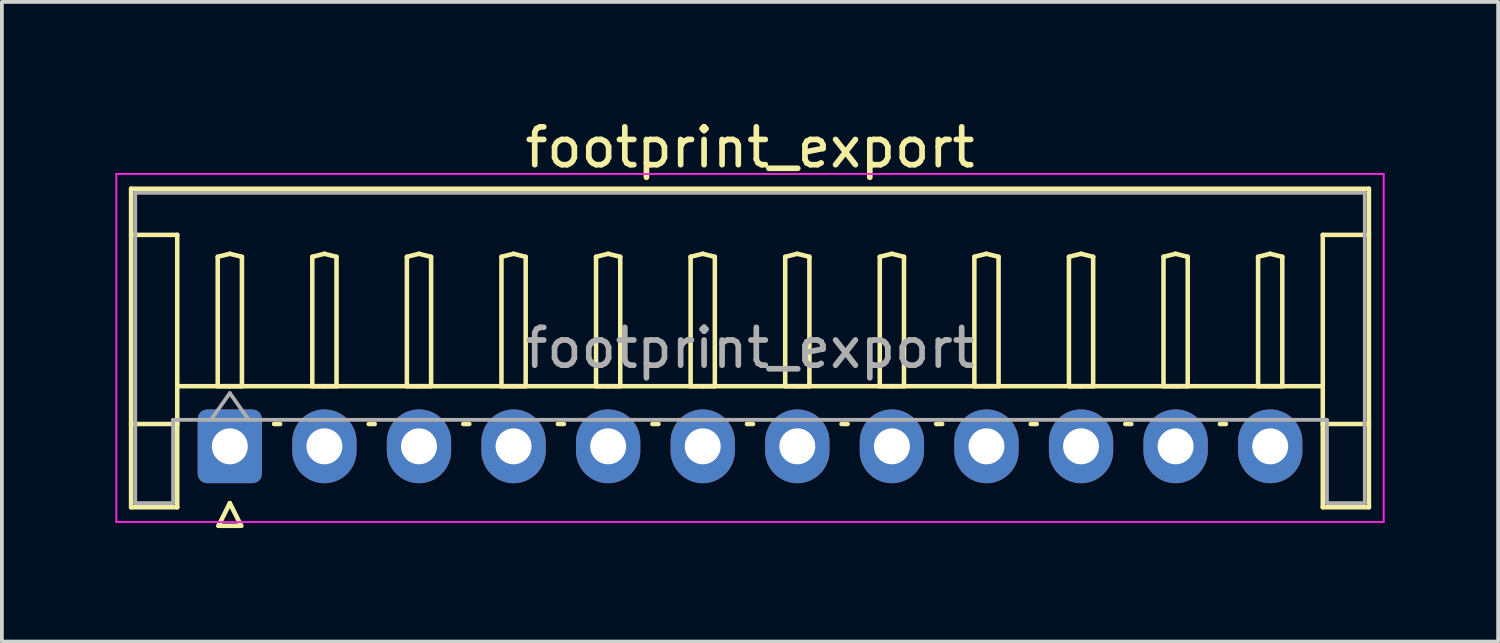
<source format=kicad_pcb>
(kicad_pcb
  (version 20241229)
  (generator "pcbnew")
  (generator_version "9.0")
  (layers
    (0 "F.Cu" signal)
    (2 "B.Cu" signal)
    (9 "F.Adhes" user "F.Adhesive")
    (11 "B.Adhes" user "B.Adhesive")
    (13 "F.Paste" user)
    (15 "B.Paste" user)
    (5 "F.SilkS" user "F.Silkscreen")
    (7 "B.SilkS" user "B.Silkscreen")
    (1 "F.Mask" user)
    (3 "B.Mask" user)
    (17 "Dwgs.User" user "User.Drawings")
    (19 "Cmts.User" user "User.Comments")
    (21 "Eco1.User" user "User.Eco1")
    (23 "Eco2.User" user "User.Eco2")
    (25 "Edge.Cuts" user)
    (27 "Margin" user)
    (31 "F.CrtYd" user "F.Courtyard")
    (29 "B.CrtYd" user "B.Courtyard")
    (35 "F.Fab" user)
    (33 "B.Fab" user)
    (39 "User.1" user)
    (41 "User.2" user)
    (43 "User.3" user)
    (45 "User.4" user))
  (footprint "footprint_export"
    (layer "F.Cu")
    (at 3.025 8.748)
    (property "Reference" "footprint_export" (at 13.75 -7.9 0) (layer "F.SilkS") (effects (font (size 1 1) (thickness 0.15))))
    (attr through_hole)
    (fp_line (start -2.61 -6.81) (end 30.11 -6.81) (stroke (width 0.12) (type solid)) (layer "F.SilkS"))
    (fp_line (start -2.61 -5.59) (end -1.39 -5.59) (stroke (width 0.12) (type solid)) (layer "F.SilkS"))
    (fp_line (start -2.61 1.61) (end -2.61 -6.81) (stroke (width 0.12) (type solid)) (layer "F.SilkS"))
    (fp_line (start -1.39 -5.59) (end -1.39 -0.59) (stroke (width 0.12) (type solid)) (layer "F.SilkS"))
    (fp_line (start -1.39 -1.59) (end 28.89 -1.59) (stroke (width 0.12) (type solid)) (layer "F.SilkS"))
    (fp_line (start -1.39 -0.59) (end -2.61 -0.59) (stroke (width 0.12) (type solid)) (layer "F.SilkS"))
    (fp_line (start -1.39 -0.59) (end -1.39 1.61) (stroke (width 0.12) (type solid)) (layer "F.SilkS"))
    (fp_line (start -1.39 1.61) (end -2.61 1.61) (stroke (width 0.12) (type solid)) (layer "F.SilkS"))
    (fp_line (start -0.32 -5.01) (end 0 -5.09) (stroke (width 0.12) (type solid)) (layer "F.SilkS"))
    (fp_line (start -0.32 -1.59) (end -0.32 -5.01) (stroke (width 0.12) (type solid)) (layer "F.SilkS"))
    (fp_line (start -0.3 2.1) (end 0.3 2.1) (stroke (width 0.12) (type solid)) (layer "F.SilkS"))
    (fp_line (start 0 -5.09) (end 0.32 -5.01) (stroke (width 0.12) (type solid)) (layer "F.SilkS"))
    (fp_line (start 0 -1.59) (end -0.32 -1.59) (stroke (width 0.12) (type solid)) (layer "F.SilkS"))
    (fp_line (start 0 1.5) (end -0.3 2.1) (stroke (width 0.12) (type solid)) (layer "F.SilkS"))
    (fp_line (start 0.3 2.1) (end 0 1.5) (stroke (width 0.12) (type solid)) (layer "F.SilkS"))
    (fp_line (start 0.32 -5.01) (end 0.32 -1.59) (stroke (width 0.12) (type solid)) (layer "F.SilkS"))
    (fp_line (start 0.32 -1.59) (end 0 -1.59) (stroke (width 0.12) (type solid)) (layer "F.SilkS"))
    (fp_line (start 1.17 -0.59) (end 1.33 -0.59) (stroke (width 0.12) (type solid)) (layer "F.SilkS"))
    (fp_line (start 2.18 -5.01) (end 2.5 -5.09) (stroke (width 0.12) (type solid)) (layer "F.SilkS"))
    (fp_line (start 2.18 -1.59) (end 2.18 -5.01) (stroke (width 0.12) (type solid)) (layer "F.SilkS"))
    (fp_line (start 2.5 -5.09) (end 2.82 -5.01) (stroke (width 0.12) (type solid)) (layer "F.SilkS"))
    (fp_line (start 2.5 -1.59) (end 2.18 -1.59) (stroke (width 0.12) (type solid)) (layer "F.SilkS"))
    (fp_line (start 2.82 -5.01) (end 2.82 -1.59) (stroke (width 0.12) (type solid)) (layer "F.SilkS"))
    (fp_line (start 2.82 -1.59) (end 2.5 -1.59) (stroke (width 0.12) (type solid)) (layer "F.SilkS"))
    (fp_line (start 3.67 -0.59) (end 3.83 -0.59) (stroke (width 0.12) (type solid)) (layer "F.SilkS"))
    (fp_line (start 4.68 -5.01) (end 5 -5.09) (stroke (width 0.12) (type solid)) (layer "F.SilkS"))
    (fp_line (start 4.68 -1.59) (end 4.68 -5.01) (stroke (width 0.12) (type solid)) (layer "F.SilkS"))
    (fp_line (start 5 -5.09) (end 5.32 -5.01) (stroke (width 0.12) (type solid)) (layer "F.SilkS"))
    (fp_line (start 5 -1.59) (end 4.68 -1.59) (stroke (width 0.12) (type solid)) (layer "F.SilkS"))
    (fp_line (start 5.32 -5.01) (end 5.32 -1.59) (stroke (width 0.12) (type solid)) (layer "F.SilkS"))
    (fp_line (start 5.32 -1.59) (end 5 -1.59) (stroke (width 0.12) (type solid)) (layer "F.SilkS"))
    (fp_line (start 6.17 -0.59) (end 6.33 -0.59) (stroke (width 0.12) (type solid)) (layer "F.SilkS"))
    (fp_line (start 7.18 -5.01) (end 7.5 -5.09) (stroke (width 0.12) (type solid)) (layer "F.SilkS"))
    (fp_line (start 7.18 -1.59) (end 7.18 -5.01) (stroke (width 0.12) (type solid)) (layer "F.SilkS"))
    (fp_line (start 7.5 -5.09) (end 7.82 -5.01) (stroke (width 0.12) (type solid)) (layer "F.SilkS"))
    (fp_line (start 7.5 -1.59) (end 7.18 -1.59) (stroke (width 0.12) (type solid)) (layer "F.SilkS"))
    (fp_line (start 7.82 -5.01) (end 7.82 -1.59) (stroke (width 0.12) (type solid)) (layer "F.SilkS"))
    (fp_line (start 7.82 -1.59) (end 7.5 -1.59) (stroke (width 0.12) (type solid)) (layer "F.SilkS"))
    (fp_line (start 8.67 -0.59) (end 8.83 -0.59) (stroke (width 0.12) (type solid)) (layer "F.SilkS"))
    (fp_line (start 9.68 -5.01) (end 10 -5.09) (stroke (width 0.12) (type solid)) (layer "F.SilkS"))
    (fp_line (start 9.68 -1.59) (end 9.68 -5.01) (stroke (width 0.12) (type solid)) (layer "F.SilkS"))
    (fp_line (start 10 -5.09) (end 10.32 -5.01) (stroke (width 0.12) (type solid)) (layer "F.SilkS"))
    (fp_line (start 10 -1.59) (end 9.68 -1.59) (stroke (width 0.12) (type solid)) (layer "F.SilkS"))
    (fp_line (start 10.32 -5.01) (end 10.32 -1.59) (stroke (width 0.12) (type solid)) (layer "F.SilkS"))
    (fp_line (start 10.32 -1.59) (end 10 -1.59) (stroke (width 0.12) (type solid)) (layer "F.SilkS"))
    (fp_line (start 11.17 -0.59) (end 11.33 -0.59) (stroke (width 0.12) (type solid)) (layer "F.SilkS"))
    (fp_line (start 12.18 -5.01) (end 12.5 -5.09) (stroke (width 0.12) (type solid)) (layer "F.SilkS"))
    (fp_line (start 12.18 -1.59) (end 12.18 -5.01) (stroke (width 0.12) (type solid)) (layer "F.SilkS"))
    (fp_line (start 12.5 -5.09) (end 12.82 -5.01) (stroke (width 0.12) (type solid)) (layer "F.SilkS"))
    (fp_line (start 12.5 -1.59) (end 12.18 -1.59) (stroke (width 0.12) (type solid)) (layer "F.SilkS"))
    (fp_line (start 12.82 -5.01) (end 12.82 -1.59) (stroke (width 0.12) (type solid)) (layer "F.SilkS"))
    (fp_line (start 12.82 -1.59) (end 12.5 -1.59) (stroke (width 0.12) (type solid)) (layer "F.SilkS"))
    (fp_line (start 13.67 -0.59) (end 13.83 -0.59) (stroke (width 0.12) (type solid)) (layer "F.SilkS"))
    (fp_line (start 14.68 -5.01) (end 15 -5.09) (stroke (width 0.12) (type solid)) (layer "F.SilkS"))
    (fp_line (start 14.68 -1.59) (end 14.68 -5.01) (stroke (width 0.12) (type solid)) (layer "F.SilkS"))
    (fp_line (start 15 -5.09) (end 15.32 -5.01) (stroke (width 0.12) (type solid)) (layer "F.SilkS"))
    (fp_line (start 15 -1.59) (end 14.68 -1.59) (stroke (width 0.12) (type solid)) (layer "F.SilkS"))
    (fp_line (start 15.32 -5.01) (end 15.32 -1.59) (stroke (width 0.12) (type solid)) (layer "F.SilkS"))
    (fp_line (start 15.32 -1.59) (end 15 -1.59) (stroke (width 0.12) (type solid)) (layer "F.SilkS"))
    (fp_line (start 16.17 -0.59) (end 16.33 -0.59) (stroke (width 0.12) (type solid)) (layer "F.SilkS"))
    (fp_line (start 17.18 -5.01) (end 17.5 -5.09) (stroke (width 0.12) (type solid)) (layer "F.SilkS"))
    (fp_line (start 17.18 -1.59) (end 17.18 -5.01) (stroke (width 0.12) (type solid)) (layer "F.SilkS"))
    (fp_line (start 17.5 -5.09) (end 17.82 -5.01) (stroke (width 0.12) (type solid)) (layer "F.SilkS"))
    (fp_line (start 17.5 -1.59) (end 17.18 -1.59) (stroke (width 0.12) (type solid)) (layer "F.SilkS"))
    (fp_line (start 17.82 -5.01) (end 17.82 -1.59) (stroke (width 0.12) (type solid)) (layer "F.SilkS"))
    (fp_line (start 17.82 -1.59) (end 17.5 -1.59) (stroke (width 0.12) (type solid)) (layer "F.SilkS"))
    (fp_line (start 18.67 -0.59) (end 18.83 -0.59) (stroke (width 0.12) (type solid)) (layer "F.SilkS"))
    (fp_line (start 19.68 -5.01) (end 20 -5.09) (stroke (width 0.12) (type solid)) (layer "F.SilkS"))
    (fp_line (start 19.68 -1.59) (end 19.68 -5.01) (stroke (width 0.12) (type solid)) (layer "F.SilkS"))
    (fp_line (start 20 -5.09) (end 20.32 -5.01) (stroke (width 0.12) (type solid)) (layer "F.SilkS"))
    (fp_line (start 20 -1.59) (end 19.68 -1.59) (stroke (width 0.12) (type solid)) (layer "F.SilkS"))
    (fp_line (start 20.32 -5.01) (end 20.32 -1.59) (stroke (width 0.12) (type solid)) (layer "F.SilkS"))
    (fp_line (start 20.32 -1.59) (end 20 -1.59) (stroke (width 0.12) (type solid)) (layer "F.SilkS"))
    (fp_line (start 21.17 -0.59) (end 21.33 -0.59) (stroke (width 0.12) (type solid)) (layer "F.SilkS"))
    (fp_line (start 22.18 -5.01) (end 22.5 -5.09) (stroke (width 0.12) (type solid)) (layer "F.SilkS"))
    (fp_line (start 22.18 -1.59) (end 22.18 -5.01) (stroke (width 0.12) (type solid)) (layer "F.SilkS"))
    (fp_line (start 22.5 -5.09) (end 22.82 -5.01) (stroke (width 0.12) (type solid)) (layer "F.SilkS"))
    (fp_line (start 22.5 -1.59) (end 22.18 -1.59) (stroke (width 0.12) (type solid)) (layer "F.SilkS"))
    (fp_line (start 22.82 -5.01) (end 22.82 -1.59) (stroke (width 0.12) (type solid)) (layer "F.SilkS"))
    (fp_line (start 22.82 -1.59) (end 22.5 -1.59) (stroke (width 0.12) (type solid)) (layer "F.SilkS"))
    (fp_line (start 23.67 -0.59) (end 23.83 -0.59) (stroke (width 0.12) (type solid)) (layer "F.SilkS"))
    (fp_line (start 24.68 -5.01) (end 25 -5.09) (stroke (width 0.12) (type solid)) (layer "F.SilkS"))
    (fp_line (start 24.68 -1.59) (end 24.68 -5.01) (stroke (width 0.12) (type solid)) (layer "F.SilkS"))
    (fp_line (start 25 -5.09) (end 25.32 -5.01) (stroke (width 0.12) (type solid)) (layer "F.SilkS"))
    (fp_line (start 25 -1.59) (end 24.68 -1.59) (stroke (width 0.12) (type solid)) (layer "F.SilkS"))
    (fp_line (start 25.32 -5.01) (end 25.32 -1.59) (stroke (width 0.12) (type solid)) (layer "F.SilkS"))
    (fp_line (start 25.32 -1.59) (end 25 -1.59) (stroke (width 0.12) (type solid)) (layer "F.SilkS"))
    (fp_line (start 26.17 -0.59) (end 26.33 -0.59) (stroke (width 0.12) (type solid)) (layer "F.SilkS"))
    (fp_line (start 27.18 -5.01) (end 27.5 -5.09) (stroke (width 0.12) (type solid)) (layer "F.SilkS"))
    (fp_line (start 27.18 -1.59) (end 27.18 -5.01) (stroke (width 0.12) (type solid)) (layer "F.SilkS"))
    (fp_line (start 27.5 -5.09) (end 27.82 -5.01) (stroke (width 0.12) (type solid)) (layer "F.SilkS"))
    (fp_line (start 27.5 -1.59) (end 27.18 -1.59) (stroke (width 0.12) (type solid)) (layer "F.SilkS"))
    (fp_line (start 27.82 -5.01) (end 27.82 -1.59) (stroke (width 0.12) (type solid)) (layer "F.SilkS"))
    (fp_line (start 27.82 -1.59) (end 27.5 -1.59) (stroke (width 0.12) (type solid)) (layer "F.SilkS"))
    (fp_line (start 28.89 -5.59) (end 28.89 -0.59) (stroke (width 0.12) (type solid)) (layer "F.SilkS"))
    (fp_line (start 28.89 -0.59) (end 30.11 -0.59) (stroke (width 0.12) (type solid)) (layer "F.SilkS"))
    (fp_line (start 28.89 1.61) (end 28.89 -0.59) (stroke (width 0.12) (type solid)) (layer "F.SilkS"))
    (fp_line (start 30.11 -6.81) (end 30.11 1.61) (stroke (width 0.12) (type solid)) (layer "F.SilkS"))
    (fp_line (start 30.11 -5.59) (end 28.89 -5.59) (stroke (width 0.12) (type solid)) (layer "F.SilkS"))
    (fp_line (start 30.11 1.61) (end 28.89 1.61) (stroke (width 0.12) (type solid)) (layer "F.SilkS"))
    (fp_line (start -3 -7.2) (end -3 2) (stroke (width 0.05) (type solid)) (layer "F.CrtYd"))
    (fp_line (start -3 2) (end 30.5 2) (stroke (width 0.05) (type solid)) (layer "F.CrtYd"))
    (fp_line (start 30.5 -7.2) (end -3 -7.2) (stroke (width 0.05) (type solid)) (layer "F.CrtYd"))
    (fp_line (start 30.5 2) (end 30.5 -7.2) (stroke (width 0.05) (type solid)) (layer "F.CrtYd"))
    (fp_line (start -2.5 -6.7) (end 30 -6.7) (stroke (width 0.1) (type solid)) (layer "F.Fab"))
    (fp_line (start -2.5 1.5) (end -2.5 -6.7) (stroke (width 0.1) (type solid)) (layer "F.Fab"))
    (fp_line (start -1.5 -0.7) (end -1.5 1.5) (stroke (width 0.1) (type solid)) (layer "F.Fab"))
    (fp_line (start -1.5 1.5) (end -2.5 1.5) (stroke (width 0.1) (type solid)) (layer "F.Fab"))
    (fp_line (start -0.5 -0.7) (end 0 -1.407) (stroke (width 0.1) (type solid)) (layer "F.Fab"))
    (fp_line (start 0 -1.407) (end 0.5 -0.7) (stroke (width 0.1) (type solid)) (layer "F.Fab"))
    (fp_line (start 29 -0.7) (end -1.5 -0.7) (stroke (width 0.1) (type solid)) (layer "F.Fab"))
    (fp_line (start 29 1.5) (end 29 -0.7) (stroke (width 0.1) (type solid)) (layer "F.Fab"))
    (fp_line (start 30 -6.7) (end 30 1.5) (stroke (width 0.1) (type solid)) (layer "F.Fab"))
    (fp_line (start 30 1.5) (end 29 1.5) (stroke (width 0.1) (type solid)) (layer "F.Fab"))
    (fp_text user "${REFERENCE}" (at 13.75 -2.6 0) (layer "F.Fab") (effects (font (size 1 1) (thickness 0.15))))
    (pad "1" thru_hole roundrect (at 0 0) (size 1.7 1.95) (drill 0.95) (layers "*.Cu" "*.Mask") (roundrect_rratio 0.147))
    (pad "2" thru_hole oval (at 2.5 0) (size 1.7 1.95) (drill 0.95) (layers "*.Cu" "*.Mask"))
    (pad "3" thru_hole oval (at 5 0) (size 1.7 1.95) (drill 0.95) (layers "*.Cu" "*.Mask"))
    (pad "4" thru_hole oval (at 7.5 0) (size 1.7 1.95) (drill 0.95) (layers "*.Cu" "*.Mask"))
    (pad "5" thru_hole oval (at 10 0) (size 1.7 1.95) (drill 0.95) (layers "*.Cu" "*.Mask"))
    (pad "6" thru_hole oval (at 12.5 0) (size 1.7 1.95) (drill 0.95) (layers "*.Cu" "*.Mask"))
    (pad "7" thru_hole oval (at 15 0) (size 1.7 1.95) (drill 0.95) (layers "*.Cu" "*.Mask"))
    (pad "8" thru_hole oval (at 17.5 0) (size 1.7 1.95) (drill 0.95) (layers "*.Cu" "*.Mask"))
    (pad "9" thru_hole oval (at 20 0) (size 1.7 1.95) (drill 0.95) (layers "*.Cu" "*.Mask"))
    (pad "10" thru_hole oval (at 22.5 0) (size 1.7 1.95) (drill 0.95) (layers "*.Cu" "*.Mask"))
    (pad "11" thru_hole oval (at 25 0) (size 1.7 1.95) (drill 0.95) (layers "*.Cu" "*.Mask"))
    (pad "12" thru_hole oval (at 27.5 0) (size 1.7 1.95) (drill 0.95) (layers "*.Cu" "*.Mask")))
  (gr_rect
    (start -3 -3)
    (end 36.55 13.908)
    (stroke (width 0.1) (type default))
    (fill no)
    (layer "Edge.Cuts")))
</source>
